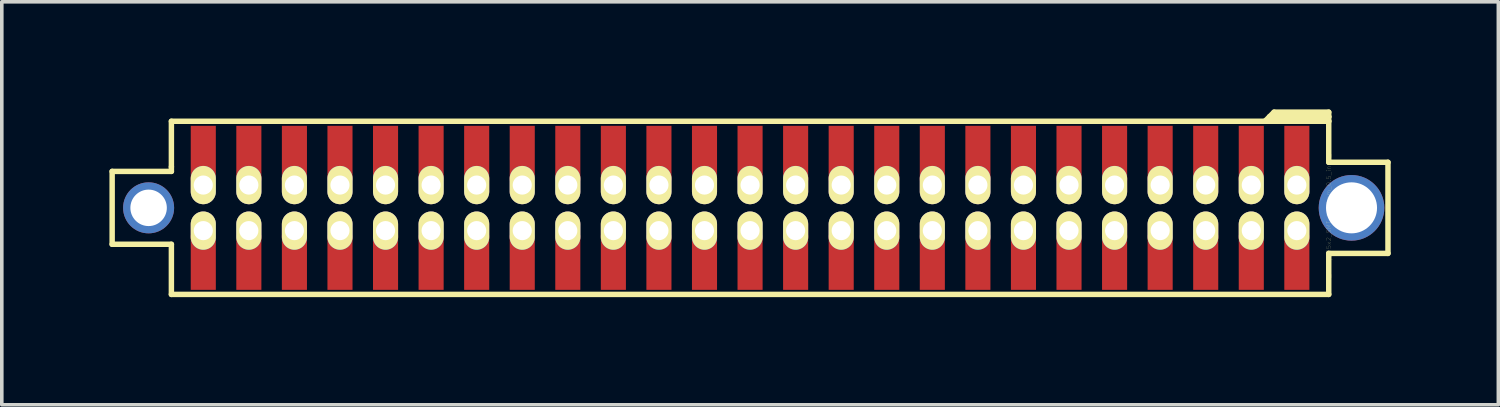
<source format=kicad_pcb>
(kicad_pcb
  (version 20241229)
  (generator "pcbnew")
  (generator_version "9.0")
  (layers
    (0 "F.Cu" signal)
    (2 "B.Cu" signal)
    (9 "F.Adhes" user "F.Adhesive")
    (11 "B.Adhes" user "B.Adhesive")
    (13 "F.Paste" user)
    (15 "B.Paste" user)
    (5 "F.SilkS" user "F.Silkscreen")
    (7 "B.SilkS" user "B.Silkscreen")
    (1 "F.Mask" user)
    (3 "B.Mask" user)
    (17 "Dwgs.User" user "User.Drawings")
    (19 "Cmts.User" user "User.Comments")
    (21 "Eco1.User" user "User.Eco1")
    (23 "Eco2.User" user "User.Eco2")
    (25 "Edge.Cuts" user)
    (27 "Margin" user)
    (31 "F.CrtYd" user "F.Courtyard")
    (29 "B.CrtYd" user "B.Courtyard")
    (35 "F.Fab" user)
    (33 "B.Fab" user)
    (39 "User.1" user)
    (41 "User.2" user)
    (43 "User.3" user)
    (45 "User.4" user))
  (footprint "Pin_Array_25x2_SMT_1.27mm_0.5_inch_Inverted"
    (layer "F.Cu")
    (at 17.856 2.743)
    (property "Reference" "Pin_Array_25x2_SMT_1.27mm_0.5_inch_Inverted" (at 16.129 0 90) (layer "F.SilkS") (effects (font (size 0.127 0.127) (thickness 0.003))))
    (attr smd)
    (fp_line (start -17.78 -1.016) (end -17.78 1.016) (stroke (width 0.152) (type solid)) (layer "F.SilkS"))
    (fp_line (start -17.78 1.016) (end -16.129 1.016) (stroke (width 0.152) (type solid)) (layer "F.SilkS"))
    (fp_line (start -16.129 -2.413) (end -16.129 -1.143) (stroke (width 0.152) (type solid)) (layer "F.SilkS"))
    (fp_line (start -16.129 -2.413) (end 14.351 -2.413) (stroke (width 0.152) (type solid)) (layer "F.SilkS"))
    (fp_line (start -16.129 -1.143) (end -16.129 -1.016) (stroke (width 0.152) (type solid)) (layer "F.SilkS"))
    (fp_line (start -16.129 -1.016) (end -17.78 -1.016) (stroke (width 0.152) (type solid)) (layer "F.SilkS"))
    (fp_line (start -16.129 1.016) (end -16.129 2.413) (stroke (width 0.152) (type solid)) (layer "F.SilkS"))
    (fp_line (start 14.351 -2.413) (end 14.605 -2.667) (stroke (width 0.152) (type solid)) (layer "F.SilkS"))
    (fp_line (start 14.478 -2.54) (end 16.129 -2.54) (stroke (width 0.152) (type solid)) (layer "F.SilkS"))
    (fp_line (start 14.605 -2.667) (end 16.129 -2.667) (stroke (width 0.152) (type solid)) (layer "F.SilkS"))
    (fp_line (start 16.129 -2.667) (end 16.129 -2.413) (stroke (width 0.152) (type solid)) (layer "F.SilkS"))
    (fp_line (start 16.129 -2.54) (end 15.875 -2.54) (stroke (width 0.152) (type solid)) (layer "F.SilkS"))
    (fp_line (start 16.129 -2.413) (end 14.351 -2.413) (stroke (width 0.152) (type solid)) (layer "F.SilkS"))
    (fp_line (start 16.129 -1.27) (end 16.129 -2.413) (stroke (width 0.152) (type solid)) (layer "F.SilkS"))
    (fp_line (start 16.129 1.27) (end 16.129 2.413) (stroke (width 0.152) (type solid)) (layer "F.SilkS"))
    (fp_line (start 16.129 2.413) (end -16.129 2.413) (stroke (width 0.152) (type solid)) (layer "F.SilkS"))
    (fp_line (start 17.78 -1.27) (end 16.129 -1.27) (stroke (width 0.152) (type solid)) (layer "F.SilkS"))
    (fp_line (start 17.78 -1.27) (end 17.78 1.27) (stroke (width 0.152) (type solid)) (layer "F.SilkS"))
    (fp_line (start 17.78 1.27) (end 16.129 1.27) (stroke (width 0.152) (type solid)) (layer "F.SilkS"))
    (pad "1" thru_hole oval (at 15.24 0.635) (size 0.699 1.067) (drill 0.533) (layers "*.Cu" "*.Mask" "F.SilkS"))
    (pad "1" smd rect (at 15.24 1.524) (size 0.699 1.524) (layers "F.Cu" "F.Mask" "F.Paste"))
    (pad "2" smd rect (at 15.24 -1.524) (size 0.699 1.524) (layers "F.Cu" "F.Mask" "F.Paste"))
    (pad "2" thru_hole oval (at 15.24 -0.635) (size 0.699 1.067) (drill 0.533) (layers "*.Cu" "*.Mask" "F.SilkS"))
    (pad "3" thru_hole oval (at 13.97 0.635) (size 0.699 1.067) (drill 0.533) (layers "*.Cu" "*.Mask" "F.SilkS"))
    (pad "3" smd rect (at 13.97 1.524) (size 0.699 1.524) (layers "F.Cu" "F.Mask" "F.Paste"))
    (pad "4" smd rect (at 13.97 -1.524) (size 0.699 1.524) (layers "F.Cu" "F.Mask" "F.Paste"))
    (pad "4" thru_hole oval (at 13.97 -0.635) (size 0.699 1.067) (drill 0.533) (layers "*.Cu" "*.Mask" "F.SilkS"))
    (pad "5" thru_hole oval (at 12.7 0.635) (size 0.699 1.067) (drill 0.533) (layers "*.Cu" "*.Mask" "F.SilkS"))
    (pad "5" smd rect (at 12.7 1.524) (size 0.699 1.524) (layers "F.Cu" "F.Mask" "F.Paste"))
    (pad "6" smd rect (at 12.7 -1.524) (size 0.699 1.524) (layers "F.Cu" "F.Mask" "F.Paste"))
    (pad "6" thru_hole oval (at 12.7 -0.635) (size 0.699 1.067) (drill 0.533) (layers "*.Cu" "*.Mask" "F.SilkS"))
    (pad "7" thru_hole oval (at 11.43 0.635) (size 0.699 1.067) (drill 0.533) (layers "*.Cu" "*.Mask" "F.SilkS"))
    (pad "7" smd rect (at 11.43 1.524) (size 0.699 1.524) (layers "F.Cu" "F.Mask" "F.Paste"))
    (pad "8" smd rect (at 11.43 -1.524) (size 0.699 1.524) (layers "F.Cu" "F.Mask" "F.Paste"))
    (pad "8" thru_hole oval (at 11.43 -0.635) (size 0.699 1.067) (drill 0.533) (layers "*.Cu" "*.Mask" "F.SilkS"))
    (pad "9" thru_hole oval (at 10.16 0.635) (size 0.699 1.067) (drill 0.533) (layers "*.Cu" "*.Mask" "F.SilkS"))
    (pad "9" smd rect (at 10.16 1.524) (size 0.699 1.524) (layers "F.Cu" "F.Mask" "F.Paste"))
    (pad "10" smd rect (at 10.16 -1.524) (size 0.699 1.524) (layers "F.Cu" "F.Mask" "F.Paste"))
    (pad "10" thru_hole oval (at 10.16 -0.635) (size 0.699 1.067) (drill 0.533) (layers "*.Cu" "*.Mask" "F.SilkS"))
    (pad "11" thru_hole oval (at 8.89 0.635) (size 0.699 1.067) (drill 0.533) (layers "*.Cu" "*.Mask" "F.SilkS"))
    (pad "11" smd rect (at 8.89 1.524) (size 0.699 1.524) (layers "F.Cu" "F.Mask" "F.Paste"))
    (pad "12" smd rect (at 8.89 -1.524) (size 0.699 1.524) (layers "F.Cu" "F.Mask" "F.Paste"))
    (pad "12" thru_hole oval (at 8.89 -0.635) (size 0.699 1.067) (drill 0.533) (layers "*.Cu" "*.Mask" "F.SilkS"))
    (pad "13" thru_hole oval (at 7.62 0.635) (size 0.699 1.067) (drill 0.533) (layers "*.Cu" "*.Mask" "F.SilkS"))
    (pad "13" smd rect (at 7.62 1.524) (size 0.699 1.524) (layers "F.Cu" "F.Mask" "F.Paste"))
    (pad "14" smd rect (at 7.62 -1.524) (size 0.699 1.524) (layers "F.Cu" "F.Mask" "F.Paste"))
    (pad "14" thru_hole oval (at 7.62 -0.635) (size 0.699 1.067) (drill 0.533) (layers "*.Cu" "*.Mask" "F.SilkS"))
    (pad "15" thru_hole oval (at 6.35 0.635) (size 0.699 1.067) (drill 0.533) (layers "*.Cu" "*.Mask" "F.SilkS"))
    (pad "15" smd rect (at 6.35 1.524) (size 0.699 1.524) (layers "F.Cu" "F.Mask" "F.Paste"))
    (pad "16" smd rect (at 6.35 -1.524) (size 0.699 1.524) (layers "F.Cu" "F.Mask" "F.Paste"))
    (pad "16" thru_hole oval (at 6.35 -0.635) (size 0.699 1.067) (drill 0.533) (layers "*.Cu" "*.Mask" "F.SilkS"))
    (pad "17" thru_hole oval (at 5.08 0.635) (size 0.699 1.067) (drill 0.533) (layers "*.Cu" "*.Mask" "F.SilkS"))
    (pad "17" smd rect (at 5.08 1.524) (size 0.699 1.524) (layers "F.Cu" "F.Mask" "F.Paste"))
    (pad "18" smd rect (at 5.08 -1.524) (size 0.699 1.524) (layers "F.Cu" "F.Mask" "F.Paste"))
    (pad "18" thru_hole oval (at 5.08 -0.635) (size 0.699 1.067) (drill 0.533) (layers "*.Cu" "*.Mask" "F.SilkS"))
    (pad "19" thru_hole oval (at 3.81 0.635) (size 0.699 1.067) (drill 0.533) (layers "*.Cu" "*.Mask" "F.SilkS"))
    (pad "19" smd rect (at 3.81 1.524) (size 0.699 1.524) (layers "F.Cu" "F.Mask" "F.Paste"))
    (pad "20" smd rect (at 3.81 -1.524) (size 0.699 1.524) (layers "F.Cu" "F.Mask" "F.Paste"))
    (pad "20" thru_hole oval (at 3.81 -0.635) (size 0.699 1.067) (drill 0.533) (layers "*.Cu" "*.Mask" "F.SilkS"))
    (pad "21" thru_hole oval (at 2.54 0.635) (size 0.699 1.067) (drill 0.533) (layers "*.Cu" "*.Mask" "F.SilkS"))
    (pad "21" smd rect (at 2.54 1.524) (size 0.699 1.524) (layers "F.Cu" "F.Mask" "F.Paste"))
    (pad "22" smd rect (at 2.54 -1.524) (size 0.699 1.524) (layers "F.Cu" "F.Mask" "F.Paste"))
    (pad "22" thru_hole oval (at 2.54 -0.635) (size 0.699 1.067) (drill 0.533) (layers "*.Cu" "*.Mask" "F.SilkS"))
    (pad "23" thru_hole oval (at 1.27 0.635) (size 0.699 1.067) (drill 0.533) (layers "*.Cu" "*.Mask" "F.SilkS"))
    (pad "23" smd rect (at 1.27 1.524) (size 0.699 1.524) (layers "F.Cu" "F.Mask" "F.Paste"))
    (pad "24" smd rect (at 1.27 -1.524) (size 0.699 1.524) (layers "F.Cu" "F.Mask" "F.Paste"))
    (pad "24" thru_hole oval (at 1.27 -0.635) (size 0.699 1.067) (drill 0.533) (layers "*.Cu" "*.Mask" "F.SilkS"))
    (pad "25" thru_hole oval (at 0 0.635) (size 0.699 1.067) (drill 0.533) (layers "*.Cu" "*.Mask" "F.SilkS"))
    (pad "25" smd rect (at 0 1.524) (size 0.699 1.524) (layers "F.Cu" "F.Mask" "F.Paste"))
    (pad "26" smd rect (at 0 -1.524) (size 0.699 1.524) (layers "F.Cu" "F.Mask" "F.Paste"))
    (pad "26" thru_hole oval (at 0 -0.635) (size 0.699 1.067) (drill 0.533) (layers "*.Cu" "*.Mask" "F.SilkS"))
    (pad "27" thru_hole oval (at -1.27 0.635) (size 0.699 1.067) (drill 0.533) (layers "*.Cu" "*.Mask" "F.SilkS"))
    (pad "27" smd rect (at -1.27 1.524) (size 0.699 1.524) (layers "F.Cu" "F.Mask" "F.Paste"))
    (pad "28" smd rect (at -1.27 -1.524) (size 0.699 1.524) (layers "F.Cu" "F.Mask" "F.Paste"))
    (pad "28" thru_hole oval (at -1.27 -0.635) (size 0.699 1.067) (drill 0.533) (layers "*.Cu" "*.Mask" "F.SilkS"))
    (pad "29" thru_hole oval (at -2.54 0.635) (size 0.699 1.067) (drill 0.533) (layers "*.Cu" "*.Mask" "F.SilkS"))
    (pad "29" smd rect (at -2.54 1.524) (size 0.699 1.524) (layers "F.Cu" "F.Mask" "F.Paste"))
    (pad "30" smd rect (at -2.54 -1.524) (size 0.699 1.524) (layers "F.Cu" "F.Mask" "F.Paste"))
    (pad "30" thru_hole oval (at -2.54 -0.635) (size 0.699 1.067) (drill 0.533) (layers "*.Cu" "*.Mask" "F.SilkS"))
    (pad "31" thru_hole oval (at -3.81 0.635) (size 0.699 1.067) (drill 0.533) (layers "*.Cu" "*.Mask" "F.SilkS"))
    (pad "31" smd rect (at -3.81 1.524) (size 0.699 1.524) (layers "F.Cu" "F.Mask" "F.Paste"))
    (pad "32" smd rect (at -3.81 -1.524) (size 0.699 1.524) (layers "F.Cu" "F.Mask" "F.Paste"))
    (pad "32" thru_hole oval (at -3.81 -0.635) (size 0.699 1.067) (drill 0.533) (layers "*.Cu" "*.Mask" "F.SilkS"))
    (pad "33" thru_hole oval (at -5.08 0.635) (size 0.699 1.067) (drill 0.533) (layers "*.Cu" "*.Mask" "F.SilkS"))
    (pad "33" smd rect (at -5.08 1.524) (size 0.699 1.524) (layers "F.Cu" "F.Mask" "F.Paste"))
    (pad "34" smd rect (at -5.08 -1.524) (size 0.699 1.524) (layers "F.Cu" "F.Mask" "F.Paste"))
    (pad "34" thru_hole oval (at -5.08 -0.635) (size 0.699 1.067) (drill 0.533) (layers "*.Cu" "*.Mask" "F.SilkS"))
    (pad "35" thru_hole oval (at -6.35 0.635) (size 0.699 1.067) (drill 0.533) (layers "*.Cu" "*.Mask" "F.SilkS"))
    (pad "35" smd rect (at -6.35 1.524) (size 0.699 1.524) (layers "F.Cu" "F.Mask" "F.Paste"))
    (pad "36" smd rect (at -6.35 -1.524) (size 0.699 1.524) (layers "F.Cu" "F.Mask" "F.Paste"))
    (pad "36" thru_hole oval (at -6.35 -0.635) (size 0.699 1.067) (drill 0.533) (layers "*.Cu" "*.Mask" "F.SilkS"))
    (pad "37" thru_hole oval (at -7.62 0.635) (size 0.699 1.067) (drill 0.533) (layers "*.Cu" "*.Mask" "F.SilkS"))
    (pad "37" smd rect (at -7.62 1.524) (size 0.699 1.524) (layers "F.Cu" "F.Mask" "F.Paste"))
    (pad "38" smd rect (at -7.62 -1.524) (size 0.699 1.524) (layers "F.Cu" "F.Mask" "F.Paste"))
    (pad "38" thru_hole oval (at -7.62 -0.635) (size 0.699 1.067) (drill 0.533) (layers "*.Cu" "*.Mask" "F.SilkS"))
    (pad "39" thru_hole oval (at -8.89 0.635) (size 0.699 1.067) (drill 0.533) (layers "*.Cu" "*.Mask" "F.SilkS"))
    (pad "39" smd rect (at -8.89 1.524) (size 0.699 1.524) (layers "F.Cu" "F.Mask" "F.Paste"))
    (pad "40" smd rect (at -8.89 -1.524) (size 0.699 1.524) (layers "F.Cu" "F.Mask" "F.Paste"))
    (pad "40" thru_hole oval (at -8.89 -0.635) (size 0.699 1.067) (drill 0.533) (layers "*.Cu" "*.Mask" "F.SilkS"))
    (pad "41" thru_hole oval (at -10.16 0.635) (size 0.699 1.067) (drill 0.533) (layers "*.Cu" "*.Mask" "F.SilkS"))
    (pad "41" smd rect (at -10.16 1.524) (size 0.699 1.524) (layers "F.Cu" "F.Mask" "F.Paste"))
    (pad "42" smd rect (at -10.16 -1.524) (size 0.699 1.524) (layers "F.Cu" "F.Mask" "F.Paste"))
    (pad "42" thru_hole oval (at -10.16 -0.635) (size 0.699 1.067) (drill 0.533) (layers "*.Cu" "*.Mask" "F.SilkS"))
    (pad "43" thru_hole oval (at -11.43 0.635) (size 0.699 1.067) (drill 0.533) (layers "*.Cu" "*.Mask" "F.SilkS"))
    (pad "43" smd rect (at -11.43 1.524) (size 0.699 1.524) (layers "F.Cu" "F.Mask" "F.Paste"))
    (pad "44" smd rect (at -11.43 -1.524) (size 0.699 1.524) (layers "F.Cu" "F.Mask" "F.Paste"))
    (pad "44" thru_hole oval (at -11.43 -0.635) (size 0.699 1.067) (drill 0.533) (layers "*.Cu" "*.Mask" "F.SilkS"))
    (pad "45" thru_hole oval (at -12.7 0.635) (size 0.699 1.067) (drill 0.533) (layers "*.Cu" "*.Mask" "F.SilkS"))
    (pad "45" smd rect (at -12.7 1.524) (size 0.699 1.524) (layers "F.Cu" "F.Mask" "F.Paste"))
    (pad "46" smd rect (at -12.7 -1.524) (size 0.699 1.524) (layers "F.Cu" "F.Mask" "F.Paste"))
    (pad "46" thru_hole oval (at -12.7 -0.635) (size 0.699 1.067) (drill 0.533) (layers "*.Cu" "*.Mask" "F.SilkS"))
    (pad "47" thru_hole oval (at -13.97 0.635) (size 0.699 1.067) (drill 0.533) (layers "*.Cu" "*.Mask" "F.SilkS"))
    (pad "47" smd rect (at -13.97 1.524) (size 0.699 1.524) (layers "F.Cu" "F.Mask" "F.Paste"))
    (pad "48" smd rect (at -13.97 -1.524) (size 0.699 1.524) (layers "F.Cu" "F.Mask" "F.Paste"))
    (pad "48" thru_hole oval (at -13.97 -0.635) (size 0.699 1.067) (drill 0.533) (layers "*.Cu" "*.Mask" "F.SilkS"))
    (pad "49" thru_hole oval (at -15.24 0.635) (size 0.699 1.067) (drill 0.533) (layers "*.Cu" "*.Mask" "F.SilkS"))
    (pad "49" smd rect (at -15.24 1.524) (size 0.699 1.524) (layers "F.Cu" "F.Mask" "F.Paste"))
    (pad "50" smd rect (at -15.24 -1.524) (size 0.699 1.524) (layers "F.Cu" "F.Mask" "F.Paste"))
    (pad "50" thru_hole oval (at -15.24 -0.635) (size 0.699 1.067) (drill 0.533) (layers "*.Cu" "*.Mask" "F.SilkS"))
    (pad "51" thru_hole circle (at -16.764 0) (size 1.422 1.422) (drill 1.016) (layers "*.Cu" "*.Mask"))
    (pad "51" thru_hole circle (at 16.764 0) (size 1.829 1.829) (drill 1.422) (layers "*.Cu" "*.Mask")))
  (gr_rect
    (start -3 -3)
    (end 38.712 8.232)
    (stroke (width 0.1) (type default))
    (fill no)
    (layer "Edge.Cuts")))
</source>
